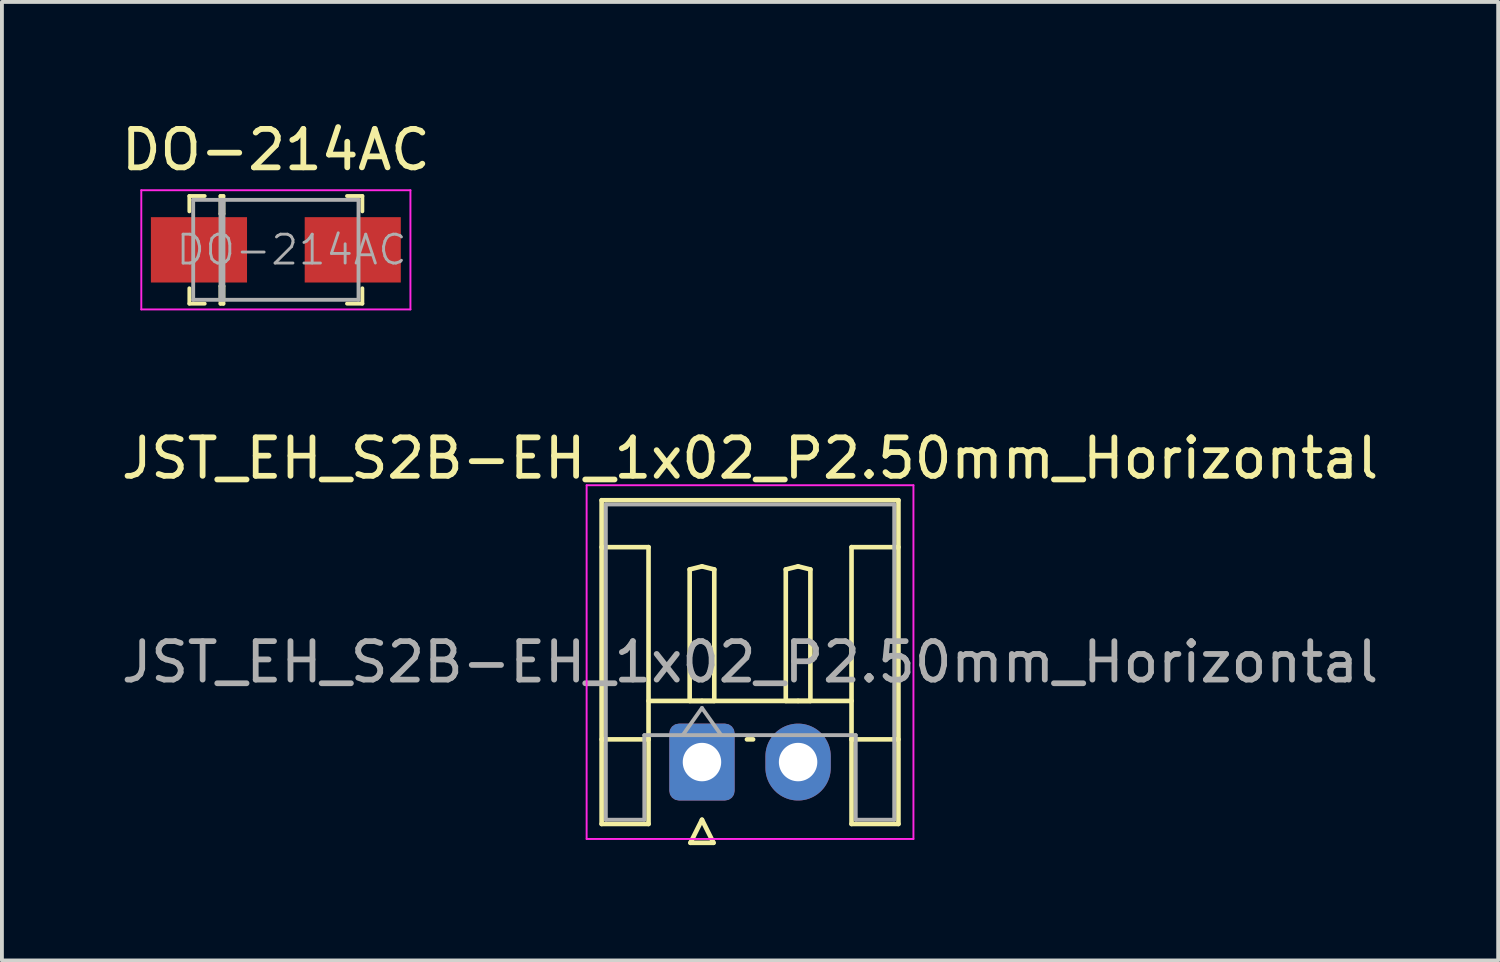
<source format=kicad_pcb>
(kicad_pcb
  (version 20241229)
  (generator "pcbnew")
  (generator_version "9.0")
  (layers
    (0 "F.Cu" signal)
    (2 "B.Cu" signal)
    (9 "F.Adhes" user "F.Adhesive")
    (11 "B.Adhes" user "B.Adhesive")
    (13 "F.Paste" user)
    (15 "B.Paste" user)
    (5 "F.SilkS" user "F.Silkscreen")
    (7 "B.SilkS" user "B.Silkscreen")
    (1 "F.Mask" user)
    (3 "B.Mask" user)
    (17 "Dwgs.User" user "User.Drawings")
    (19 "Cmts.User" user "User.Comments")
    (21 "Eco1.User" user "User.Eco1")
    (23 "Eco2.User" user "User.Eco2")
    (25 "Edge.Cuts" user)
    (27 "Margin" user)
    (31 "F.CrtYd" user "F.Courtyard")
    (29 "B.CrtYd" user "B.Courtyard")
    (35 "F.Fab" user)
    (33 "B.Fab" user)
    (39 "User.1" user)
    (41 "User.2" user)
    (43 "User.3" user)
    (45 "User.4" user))
  (footprint "DO-214AC"
    (layer "F.Cu")
    (at 4.125 3.448)
    (property "Reference" "DO-214AC" (at 0 -2.6 180) (layer "F.SilkS") (effects (font (size 1 1) (thickness 0.15))))
    (attr smd)
    (fp_line (start -2.25 -1.4) (end -2.25 -1) (stroke (width 0.1) (type solid)) (layer "F.SilkS"))
    (fp_line (start -2.25 -1.4) (end -1.85 -1.4) (stroke (width 0.1) (type solid)) (layer "F.SilkS"))
    (fp_line (start -2.25 1.4) (end -2.25 1) (stroke (width 0.1) (type solid)) (layer "F.SilkS"))
    (fp_line (start -2.25 1.4) (end -1.85 1.4) (stroke (width 0.1) (type solid)) (layer "F.SilkS"))
    (fp_line (start -1.44 -1.4) (end -1.44 -0.935) (stroke (width 0.1) (type solid)) (layer "F.SilkS"))
    (fp_line (start -1.44 -0.935) (end -1.364 -0.935) (stroke (width 0.1) (type solid)) (layer "F.SilkS"))
    (fp_line (start -1.44 0.942) (end -1.364 0.942) (stroke (width 0.1) (type solid)) (layer "F.SilkS"))
    (fp_line (start -1.44 1.402) (end -1.44 0.942) (stroke (width 0.1) (type solid)) (layer "F.SilkS"))
    (fp_line (start -1.364 -1.4) (end -1.44 -1.4) (stroke (width 0.1) (type solid)) (layer "F.SilkS"))
    (fp_line (start -1.364 -0.935) (end -1.364 -1.4) (stroke (width 0.1) (type solid)) (layer "F.SilkS"))
    (fp_line (start -1.364 0.942) (end -1.364 1.402) (stroke (width 0.1) (type solid)) (layer "F.SilkS"))
    (fp_line (start -1.364 1.402) (end -1.44 1.402) (stroke (width 0.1) (type solid)) (layer "F.SilkS"))
    (fp_line (start 2.25 -1.4) (end 1.85 -1.4) (stroke (width 0.1) (type solid)) (layer "F.SilkS"))
    (fp_line (start 2.25 -1.4) (end 2.25 -1) (stroke (width 0.1) (type solid)) (layer "F.SilkS"))
    (fp_line (start 2.25 1.4) (end 1.85 1.4) (stroke (width 0.1) (type solid)) (layer "F.SilkS"))
    (fp_line (start 2.25 1.4) (end 2.25 1) (stroke (width 0.1) (type solid)) (layer "F.SilkS"))
    (fp_line (start -3.5 -1.55) (end -3.5 1.55) (stroke (width 0.05) (type solid)) (layer "F.CrtYd"))
    (fp_line (start -3.5 -1.55) (end 3.5 -1.55) (stroke (width 0.05) (type solid)) (layer "F.CrtYd"))
    (fp_line (start -3.5 1.55) (end 3.5 1.55) (stroke (width 0.05) (type solid)) (layer "F.CrtYd"))
    (fp_line (start 3.5 -1.55) (end 3.5 1.55) (stroke (width 0.05) (type solid)) (layer "F.CrtYd"))
    (fp_line (start -2.15 -1.3) (end -2.15 1.3) (stroke (width 0.1) (type solid)) (layer "F.Fab"))
    (fp_line (start -2.15 -1.3) (end 2.15 -1.3) (stroke (width 0.1) (type solid)) (layer "F.Fab"))
    (fp_line (start -2.15 1.3) (end 2.15 1.3) (stroke (width 0.1) (type solid)) (layer "F.Fab"))
    (fp_line (start -1.44 -1.3) (end -1.44 1.3) (stroke (width 0.1) (type solid)) (layer "F.Fab"))
    (fp_line (start -1.44 1.3) (end -1.364 1.3) (stroke (width 0.1) (type solid)) (layer "F.Fab"))
    (fp_line (start -1.364 1.3) (end -1.361 -1.3) (stroke (width 0.1) (type solid)) (layer "F.Fab"))
    (fp_line (start -1.361 -1.3) (end -1.44 -1.3) (stroke (width 0.1) (type solid)) (layer "F.Fab"))
    (fp_line (start 2.15 -1.3) (end 2.15 1.3) (stroke (width 0.1) (type solid)) (layer "F.Fab"))
    (fp_text user "${REFERENCE}" (at 0.409 0 180) (layer "F.Fab") (effects (font (size 0.75 0.75) (thickness 0.075))))
    (pad "A" smd rect (at 2 0) (size 2.5 1.7) (layers "F.Cu" "F.Mask" "F.Paste"))
    (pad "K" smd rect (at -2 0) (size 2.5 1.7) (layers "F.Cu" "F.Mask" "F.Paste")))
  (footprint "JST_EH_S2B-EH_1x02_P2.50mm_Horizontal"
    (layer "F.Cu")
    (at 15.208 16.771)
    (property "Reference" "JST_EH_S2B-EH_1x02_P2.50mm_Horizontal" (at 1.25 -7.9 0) (layer "F.SilkS") (effects (font (size 1 1) (thickness 0.15))))
    (attr through_hole)
    (fp_line (start -2.61 -6.81) (end 5.11 -6.81) (stroke (width 0.12) (type solid)) (layer "F.SilkS"))
    (fp_line (start -2.61 -5.59) (end -1.39 -5.59) (stroke (width 0.12) (type solid)) (layer "F.SilkS"))
    (fp_line (start -2.61 1.61) (end -2.61 -6.81) (stroke (width 0.12) (type solid)) (layer "F.SilkS"))
    (fp_line (start -1.39 -5.59) (end -1.39 -0.59) (stroke (width 0.12) (type solid)) (layer "F.SilkS"))
    (fp_line (start -1.39 -1.59) (end 3.89 -1.59) (stroke (width 0.12) (type solid)) (layer "F.SilkS"))
    (fp_line (start -1.39 -0.59) (end -2.61 -0.59) (stroke (width 0.12) (type solid)) (layer "F.SilkS"))
    (fp_line (start -1.39 -0.59) (end -1.39 1.61) (stroke (width 0.12) (type solid)) (layer "F.SilkS"))
    (fp_line (start -1.39 1.61) (end -2.61 1.61) (stroke (width 0.12) (type solid)) (layer "F.SilkS"))
    (fp_line (start -0.32 -5.01) (end 0 -5.09) (stroke (width 0.12) (type solid)) (layer "F.SilkS"))
    (fp_line (start -0.32 -1.59) (end -0.32 -5.01) (stroke (width 0.12) (type solid)) (layer "F.SilkS"))
    (fp_line (start -0.3 2.1) (end 0.3 2.1) (stroke (width 0.12) (type solid)) (layer "F.SilkS"))
    (fp_line (start 0 -5.09) (end 0.32 -5.01) (stroke (width 0.12) (type solid)) (layer "F.SilkS"))
    (fp_line (start 0 -1.59) (end -0.32 -1.59) (stroke (width 0.12) (type solid)) (layer "F.SilkS"))
    (fp_line (start 0 1.5) (end -0.3 2.1) (stroke (width 0.12) (type solid)) (layer "F.SilkS"))
    (fp_line (start 0.3 2.1) (end 0 1.5) (stroke (width 0.12) (type solid)) (layer "F.SilkS"))
    (fp_line (start 0.32 -5.01) (end 0.32 -1.59) (stroke (width 0.12) (type solid)) (layer "F.SilkS"))
    (fp_line (start 0.32 -1.59) (end 0 -1.59) (stroke (width 0.12) (type solid)) (layer "F.SilkS"))
    (fp_line (start 1.17 -0.59) (end 1.33 -0.59) (stroke (width 0.12) (type solid)) (layer "F.SilkS"))
    (fp_line (start 2.18 -5.01) (end 2.5 -5.09) (stroke (width 0.12) (type solid)) (layer "F.SilkS"))
    (fp_line (start 2.18 -1.59) (end 2.18 -5.01) (stroke (width 0.12) (type solid)) (layer "F.SilkS"))
    (fp_line (start 2.5 -5.09) (end 2.82 -5.01) (stroke (width 0.12) (type solid)) (layer "F.SilkS"))
    (fp_line (start 2.5 -1.59) (end 2.18 -1.59) (stroke (width 0.12) (type solid)) (layer "F.SilkS"))
    (fp_line (start 2.82 -5.01) (end 2.82 -1.59) (stroke (width 0.12) (type solid)) (layer "F.SilkS"))
    (fp_line (start 2.82 -1.59) (end 2.5 -1.59) (stroke (width 0.12) (type solid)) (layer "F.SilkS"))
    (fp_line (start 3.89 -5.59) (end 3.89 -0.59) (stroke (width 0.12) (type solid)) (layer "F.SilkS"))
    (fp_line (start 3.89 -0.59) (end 5.11 -0.59) (stroke (width 0.12) (type solid)) (layer "F.SilkS"))
    (fp_line (start 3.89 1.61) (end 3.89 -0.59) (stroke (width 0.12) (type solid)) (layer "F.SilkS"))
    (fp_line (start 5.11 -6.81) (end 5.11 1.61) (stroke (width 0.12) (type solid)) (layer "F.SilkS"))
    (fp_line (start 5.11 -5.59) (end 3.89 -5.59) (stroke (width 0.12) (type solid)) (layer "F.SilkS"))
    (fp_line (start 5.11 1.61) (end 3.89 1.61) (stroke (width 0.12) (type solid)) (layer "F.SilkS"))
    (fp_line (start -3 -7.2) (end -3 2) (stroke (width 0.05) (type solid)) (layer "F.CrtYd"))
    (fp_line (start -3 2) (end 5.5 2) (stroke (width 0.05) (type solid)) (layer "F.CrtYd"))
    (fp_line (start 5.5 -7.2) (end -3 -7.2) (stroke (width 0.05) (type solid)) (layer "F.CrtYd"))
    (fp_line (start 5.5 2) (end 5.5 -7.2) (stroke (width 0.05) (type solid)) (layer "F.CrtYd"))
    (fp_line (start -2.5 -6.7) (end 5 -6.7) (stroke (width 0.1) (type solid)) (layer "F.Fab"))
    (fp_line (start -2.5 1.5) (end -2.5 -6.7) (stroke (width 0.1) (type solid)) (layer "F.Fab"))
    (fp_line (start -1.5 -0.7) (end -1.5 1.5) (stroke (width 0.1) (type solid)) (layer "F.Fab"))
    (fp_line (start -1.5 1.5) (end -2.5 1.5) (stroke (width 0.1) (type solid)) (layer "F.Fab"))
    (fp_line (start -0.5 -0.7) (end 0 -1.407) (stroke (width 0.1) (type solid)) (layer "F.Fab"))
    (fp_line (start 0 -1.407) (end 0.5 -0.7) (stroke (width 0.1) (type solid)) (layer "F.Fab"))
    (fp_line (start 4 -0.7) (end -1.5 -0.7) (stroke (width 0.1) (type solid)) (layer "F.Fab"))
    (fp_line (start 4 1.5) (end 4 -0.7) (stroke (width 0.1) (type solid)) (layer "F.Fab"))
    (fp_line (start 5 -6.7) (end 5 1.5) (stroke (width 0.1) (type solid)) (layer "F.Fab"))
    (fp_line (start 5 1.5) (end 4 1.5) (stroke (width 0.1) (type solid)) (layer "F.Fab"))
    (fp_text user "${REFERENCE}" (at 1.25 -2.6 0) (layer "F.Fab") (effects (font (size 1 1) (thickness 0.15))))
    (pad "1" thru_hole roundrect (at 0 0) (size 1.7 2) (drill 1) (layers "*.Cu" "*.Mask") (roundrect_rratio 0.147))
    (pad "2" thru_hole oval (at 2.5 0) (size 1.7 2) (drill 1) (layers "*.Cu" "*.Mask")))
  (gr_rect
    (start -3 -3)
    (end 35.917 21.931)
    (stroke (width 0.1) (type default))
    (fill no)
    (layer "Edge.Cuts")))
</source>
